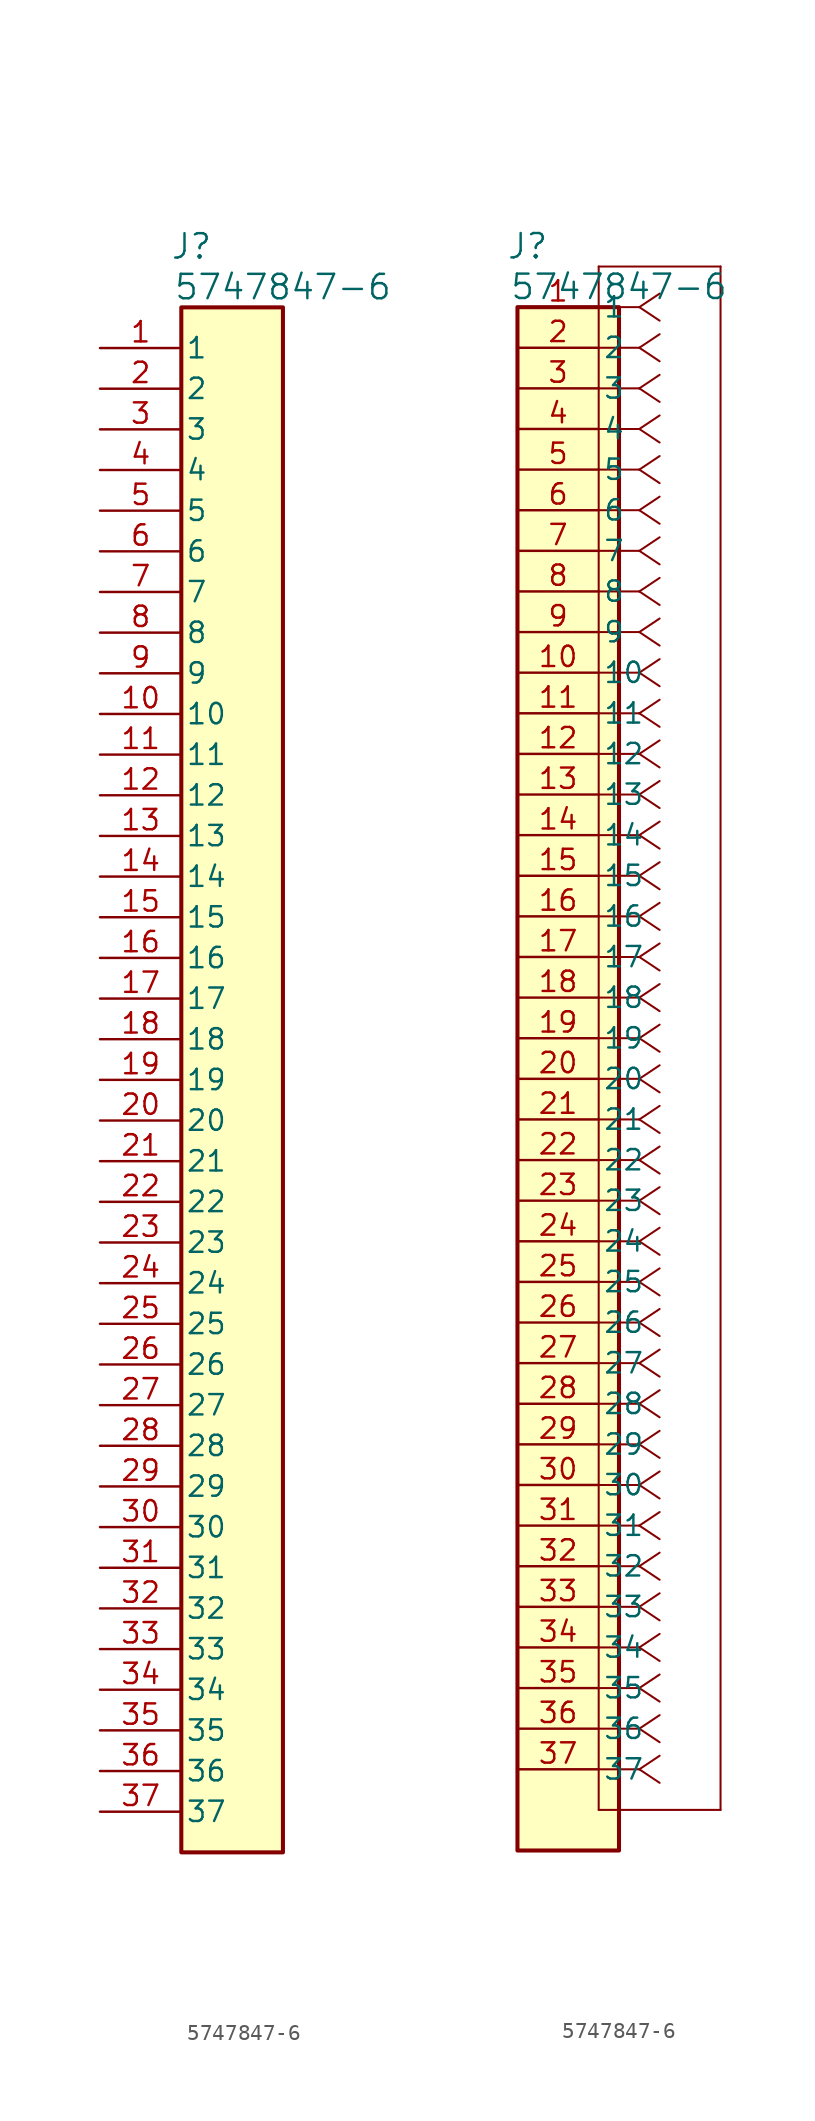
<source format=kicad_sym>
(kicad_symbol_lib
  (version 20241209)
  (generator "kicad_symbol_editor")
  (generator_version "9.0")
  (symbol "5747847-6"
    (pin_names
      (offset 0.254))
    (property "Reference" "J"
      (at 0.635 3.81 0)
      (effects (font (size 1.524 1.524))))
    (property "Value" "5747847-6"
      (at 6.35 1.27 0)
      (effects (font (size 1.524 1.524))))
    (symbol "5747847-6_0_0"
      (rectangle (start 0 0) (end 6.35 -96.52) (stroke (width 0.254) (type default)) (fill (type background))))
    (symbol "5747847-6_1_1"
      (pin passive line (at -5.08 -2.54 0) (length 5.08) (name "1" (effects (font (size 1.27 1.27)))) (number "1" (effects (font (size 1.27 1.27)))))
      (pin passive line (at -5.08 -5.08 0) (length 5.08) (name "2" (effects (font (size 1.27 1.27)))) (number "2" (effects (font (size 1.27 1.27)))))
      (pin passive line (at -5.08 -7.62 0) (length 5.08) (name "3" (effects (font (size 1.27 1.27)))) (number "3" (effects (font (size 1.27 1.27)))))
      (pin passive line (at -5.08 -10.16 0) (length 5.08) (name "4" (effects (font (size 1.27 1.27)))) (number "4" (effects (font (size 1.27 1.27)))))
      (pin passive line (at -5.08 -12.7 0) (length 5.08) (name "5" (effects (font (size 1.27 1.27)))) (number "5" (effects (font (size 1.27 1.27)))))
      (pin passive line (at -5.08 -15.24 0) (length 5.08) (name "6" (effects (font (size 1.27 1.27)))) (number "6" (effects (font (size 1.27 1.27)))))
      (pin passive line (at -5.08 -17.78 0) (length 5.08) (name "7" (effects (font (size 1.27 1.27)))) (number "7" (effects (font (size 1.27 1.27)))))
      (pin passive line (at -5.08 -20.32 0) (length 5.08) (name "8" (effects (font (size 1.27 1.27)))) (number "8" (effects (font (size 1.27 1.27)))))
      (pin passive line (at -5.08 -22.86 0) (length 5.08) (name "9" (effects (font (size 1.27 1.27)))) (number "9" (effects (font (size 1.27 1.27)))))
      (pin passive line (at -5.08 -25.4 0) (length 5.08) (name "10" (effects (font (size 1.27 1.27)))) (number "10" (effects (font (size 1.27 1.27)))))
      (pin passive line (at -5.08 -27.94 0) (length 5.08) (name "11" (effects (font (size 1.27 1.27)))) (number "11" (effects (font (size 1.27 1.27)))))
      (pin passive line (at -5.08 -30.48 0) (length 5.08) (name "12" (effects (font (size 1.27 1.27)))) (number "12" (effects (font (size 1.27 1.27)))))
      (pin passive line (at -5.08 -33.02 0) (length 5.08) (name "13" (effects (font (size 1.27 1.27)))) (number "13" (effects (font (size 1.27 1.27)))))
      (pin passive line (at -5.08 -35.56 0) (length 5.08) (name "14" (effects (font (size 1.27 1.27)))) (number "14" (effects (font (size 1.27 1.27)))))
      (pin passive line (at -5.08 -38.1 0) (length 5.08) (name "15" (effects (font (size 1.27 1.27)))) (number "15" (effects (font (size 1.27 1.27)))))
      (pin passive line (at -5.08 -40.64 0) (length 5.08) (name "16" (effects (font (size 1.27 1.27)))) (number "16" (effects (font (size 1.27 1.27)))))
      (pin passive line (at -5.08 -43.18 0) (length 5.08) (name "17" (effects (font (size 1.27 1.27)))) (number "17" (effects (font (size 1.27 1.27)))))
      (pin passive line (at -5.08 -45.72 0) (length 5.08) (name "18" (effects (font (size 1.27 1.27)))) (number "18" (effects (font (size 1.27 1.27)))))
      (pin passive line (at -5.08 -48.26 0) (length 5.08) (name "19" (effects (font (size 1.27 1.27)))) (number "19" (effects (font (size 1.27 1.27)))))
      (pin passive line (at -5.08 -50.8 0) (length 5.08) (name "20" (effects (font (size 1.27 1.27)))) (number "20" (effects (font (size 1.27 1.27)))))
      (pin passive line (at -5.08 -53.34 0) (length 5.08) (name "21" (effects (font (size 1.27 1.27)))) (number "21" (effects (font (size 1.27 1.27)))))
      (pin passive line (at -5.08 -55.88 0) (length 5.08) (name "22" (effects (font (size 1.27 1.27)))) (number "22" (effects (font (size 1.27 1.27)))))
      (pin passive line (at -5.08 -58.42 0) (length 5.08) (name "23" (effects (font (size 1.27 1.27)))) (number "23" (effects (font (size 1.27 1.27)))))
      (pin passive line (at -5.08 -60.96 0) (length 5.08) (name "24" (effects (font (size 1.27 1.27)))) (number "24" (effects (font (size 1.27 1.27)))))
      (pin passive line (at -5.08 -63.5 0) (length 5.08) (name "25" (effects (font (size 1.27 1.27)))) (number "25" (effects (font (size 1.27 1.27)))))
      (pin passive line (at -5.08 -66.04 0) (length 5.08) (name "26" (effects (font (size 1.27 1.27)))) (number "26" (effects (font (size 1.27 1.27)))))
      (pin passive line (at -5.08 -68.58 0) (length 5.08) (name "27" (effects (font (size 1.27 1.27)))) (number "27" (effects (font (size 1.27 1.27)))))
      (pin passive line (at -5.08 -71.12 0) (length 5.08) (name "28" (effects (font (size 1.27 1.27)))) (number "28" (effects (font (size 1.27 1.27)))))
      (pin passive line (at -5.08 -73.66 0) (length 5.08) (name "29" (effects (font (size 1.27 1.27)))) (number "29" (effects (font (size 1.27 1.27)))))
      (pin passive line (at -5.08 -76.2 0) (length 5.08) (name "30" (effects (font (size 1.27 1.27)))) (number "30" (effects (font (size 1.27 1.27)))))
      (pin passive line (at -5.08 -78.74 0) (length 5.08) (name "31" (effects (font (size 1.27 1.27)))) (number "31" (effects (font (size 1.27 1.27)))))
      (pin passive line (at -5.08 -81.28 0) (length 5.08) (name "32" (effects (font (size 1.27 1.27)))) (number "32" (effects (font (size 1.27 1.27)))))
      (pin passive line (at -5.08 -83.82 0) (length 5.08) (name "33" (effects (font (size 1.27 1.27)))) (number "33" (effects (font (size 1.27 1.27)))))
      (pin passive line (at -5.08 -86.36 0) (length 5.08) (name "34" (effects (font (size 1.27 1.27)))) (number "34" (effects (font (size 1.27 1.27)))))
      (pin passive line (at -5.08 -88.9 0) (length 5.08) (name "35" (effects (font (size 1.27 1.27)))) (number "35" (effects (font (size 1.27 1.27)))))
      (pin passive line (at -5.08 -91.44 0) (length 5.08) (name "36" (effects (font (size 1.27 1.27)))) (number "36" (effects (font (size 1.27 1.27)))))
      (pin passive line (at -5.08 -93.98 0) (length 5.08) (name "37" (effects (font (size 1.27 1.27)))) (number "37" (effects (font (size 1.27 1.27))))))
    (symbol "5747847-6_1_2"
      (polyline (pts (xy 5.08 2.54) (xy 5.08 -93.98)) (stroke (width 0.127) (type default)) (fill (type none)))
      (polyline (pts (xy 5.08 -93.98) (xy 12.7 -93.98)) (stroke (width 0.127) (type default)) (fill (type none)))
      (polyline (pts (xy 7.62 0) (xy 5.08 0)) (stroke (width 0.127) (type default)) (fill (type none)))
      (polyline (pts (xy 7.62 0) (xy 8.89 0.847)) (stroke (width 0.127) (type default)) (fill (type none)))
      (polyline (pts (xy 7.62 0) (xy 8.89 -0.847)) (stroke (width 0.127) (type default)) (fill (type none)))
      (polyline (pts (xy 7.62 -2.54) (xy 5.08 -2.54)) (stroke (width 0.127) (type default)) (fill (type none)))
      (polyline (pts (xy 7.62 -2.54) (xy 8.89 -1.693)) (stroke (width 0.127) (type default)) (fill (type none)))
      (polyline (pts (xy 7.62 -2.54) (xy 8.89 -3.387)) (stroke (width 0.127) (type default)) (fill (type none)))
      (polyline (pts (xy 7.62 -5.08) (xy 5.08 -5.08)) (stroke (width 0.127) (type default)) (fill (type none)))
      (polyline (pts (xy 7.62 -5.08) (xy 8.89 -4.233)) (stroke (width 0.127) (type default)) (fill (type none)))
      (polyline (pts (xy 7.62 -5.08) (xy 8.89 -5.927)) (stroke (width 0.127) (type default)) (fill (type none)))
      (polyline (pts (xy 7.62 -7.62) (xy 5.08 -7.62)) (stroke (width 0.127) (type default)) (fill (type none)))
      (polyline (pts (xy 7.62 -7.62) (xy 8.89 -6.773)) (stroke (width 0.127) (type default)) (fill (type none)))
      (polyline (pts (xy 7.62 -7.62) (xy 8.89 -8.467)) (stroke (width 0.127) (type default)) (fill (type none)))
      (polyline (pts (xy 7.62 -10.16) (xy 5.08 -10.16)) (stroke (width 0.127) (type default)) (fill (type none)))
      (polyline (pts (xy 7.62 -10.16) (xy 8.89 -9.313)) (stroke (width 0.127) (type default)) (fill (type none)))
      (polyline (pts (xy 7.62 -10.16) (xy 8.89 -11.007)) (stroke (width 0.127) (type default)) (fill (type none)))
      (polyline (pts (xy 7.62 -12.7) (xy 5.08 -12.7)) (stroke (width 0.127) (type default)) (fill (type none)))
      (polyline (pts (xy 7.62 -12.7) (xy 8.89 -11.853)) (stroke (width 0.127) (type default)) (fill (type none)))
      (polyline (pts (xy 7.62 -12.7) (xy 8.89 -13.547)) (stroke (width 0.127) (type default)) (fill (type none)))
      (polyline (pts (xy 7.62 -15.24) (xy 5.08 -15.24)) (stroke (width 0.127) (type default)) (fill (type none)))
      (polyline (pts (xy 7.62 -15.24) (xy 8.89 -14.393)) (stroke (width 0.127) (type default)) (fill (type none)))
      (polyline (pts (xy 7.62 -15.24) (xy 8.89 -16.087)) (stroke (width 0.127) (type default)) (fill (type none)))
      (polyline (pts (xy 7.62 -17.78) (xy 5.08 -17.78)) (stroke (width 0.127) (type default)) (fill (type none)))
      (polyline (pts (xy 7.62 -17.78) (xy 8.89 -16.933)) (stroke (width 0.127) (type default)) (fill (type none)))
      (polyline (pts (xy 7.62 -17.78) (xy 8.89 -18.627)) (stroke (width 0.127) (type default)) (fill (type none)))
      (polyline (pts (xy 7.62 -20.32) (xy 5.08 -20.32)) (stroke (width 0.127) (type default)) (fill (type none)))
      (polyline (pts (xy 7.62 -20.32) (xy 8.89 -19.473)) (stroke (width 0.127) (type default)) (fill (type none)))
      (polyline (pts (xy 7.62 -20.32) (xy 8.89 -21.167)) (stroke (width 0.127) (type default)) (fill (type none)))
      (polyline (pts (xy 7.62 -22.86) (xy 5.08 -22.86)) (stroke (width 0.127) (type default)) (fill (type none)))
      (polyline (pts (xy 7.62 -22.86) (xy 8.89 -22.013)) (stroke (width 0.127) (type default)) (fill (type none)))
      (polyline (pts (xy 7.62 -22.86) (xy 8.89 -23.707)) (stroke (width 0.127) (type default)) (fill (type none)))
      (polyline (pts (xy 7.62 -25.4) (xy 5.08 -25.4)) (stroke (width 0.127) (type default)) (fill (type none)))
      (polyline (pts (xy 7.62 -25.4) (xy 8.89 -24.553)) (stroke (width 0.127) (type default)) (fill (type none)))
      (polyline (pts (xy 7.62 -25.4) (xy 8.89 -26.247)) (stroke (width 0.127) (type default)) (fill (type none)))
      (polyline (pts (xy 7.62 -27.94) (xy 5.08 -27.94)) (stroke (width 0.127) (type default)) (fill (type none)))
      (polyline (pts (xy 7.62 -27.94) (xy 8.89 -27.093)) (stroke (width 0.127) (type default)) (fill (type none)))
      (polyline (pts (xy 7.62 -27.94) (xy 8.89 -28.787)) (stroke (width 0.127) (type default)) (fill (type none)))
      (polyline (pts (xy 7.62 -30.48) (xy 5.08 -30.48)) (stroke (width 0.127) (type default)) (fill (type none)))
      (polyline (pts (xy 7.62 -30.48) (xy 8.89 -29.633)) (stroke (width 0.127) (type default)) (fill (type none)))
      (polyline (pts (xy 7.62 -30.48) (xy 8.89 -31.327)) (stroke (width 0.127) (type default)) (fill (type none)))
      (polyline (pts (xy 7.62 -33.02) (xy 5.08 -33.02)) (stroke (width 0.127) (type default)) (fill (type none)))
      (polyline (pts (xy 7.62 -33.02) (xy 8.89 -32.173)) (stroke (width 0.127) (type default)) (fill (type none)))
      (polyline (pts (xy 7.62 -33.02) (xy 8.89 -33.867)) (stroke (width 0.127) (type default)) (fill (type none)))
      (polyline (pts (xy 7.62 -35.56) (xy 5.08 -35.56)) (stroke (width 0.127) (type default)) (fill (type none)))
      (polyline (pts (xy 7.62 -35.56) (xy 8.89 -34.713)) (stroke (width 0.127) (type default)) (fill (type none)))
      (polyline (pts (xy 7.62 -35.56) (xy 8.89 -36.407)) (stroke (width 0.127) (type default)) (fill (type none)))
      (polyline (pts (xy 7.62 -38.1) (xy 5.08 -38.1)) (stroke (width 0.127) (type default)) (fill (type none)))
      (polyline (pts (xy 7.62 -38.1) (xy 8.89 -37.253)) (stroke (width 0.127) (type default)) (fill (type none)))
      (polyline (pts (xy 7.62 -38.1) (xy 8.89 -38.947)) (stroke (width 0.127) (type default)) (fill (type none)))
      (polyline (pts (xy 7.62 -40.64) (xy 5.08 -40.64)) (stroke (width 0.127) (type default)) (fill (type none)))
      (polyline (pts (xy 7.62 -40.64) (xy 8.89 -39.793)) (stroke (width 0.127) (type default)) (fill (type none)))
      (polyline (pts (xy 7.62 -40.64) (xy 8.89 -41.487)) (stroke (width 0.127) (type default)) (fill (type none)))
      (polyline (pts (xy 7.62 -43.18) (xy 5.08 -43.18)) (stroke (width 0.127) (type default)) (fill (type none)))
      (polyline (pts (xy 7.62 -43.18) (xy 8.89 -42.333)) (stroke (width 0.127) (type default)) (fill (type none)))
      (polyline (pts (xy 7.62 -43.18) (xy 8.89 -44.027)) (stroke (width 0.127) (type default)) (fill (type none)))
      (polyline (pts (xy 7.62 -45.72) (xy 5.08 -45.72)) (stroke (width 0.127) (type default)) (fill (type none)))
      (polyline (pts (xy 7.62 -45.72) (xy 8.89 -44.873)) (stroke (width 0.127) (type default)) (fill (type none)))
      (polyline (pts (xy 7.62 -45.72) (xy 8.89 -46.567)) (stroke (width 0.127) (type default)) (fill (type none)))
      (polyline (pts (xy 7.62 -48.26) (xy 5.08 -48.26)) (stroke (width 0.127) (type default)) (fill (type none)))
      (polyline (pts (xy 7.62 -48.26) (xy 8.89 -47.413)) (stroke (width 0.127) (type default)) (fill (type none)))
      (polyline (pts (xy 7.62 -48.26) (xy 8.89 -49.107)) (stroke (width 0.127) (type default)) (fill (type none)))
      (polyline (pts (xy 7.62 -50.8) (xy 5.08 -50.8)) (stroke (width 0.127) (type default)) (fill (type none)))
      (polyline (pts (xy 7.62 -50.8) (xy 8.89 -49.953)) (stroke (width 0.127) (type default)) (fill (type none)))
      (polyline (pts (xy 7.62 -50.8) (xy 8.89 -51.647)) (stroke (width 0.127) (type default)) (fill (type none)))
      (polyline (pts (xy 7.62 -53.34) (xy 5.08 -53.34)) (stroke (width 0.127) (type default)) (fill (type none)))
      (polyline (pts (xy 7.62 -53.34) (xy 8.89 -52.493)) (stroke (width 0.127) (type default)) (fill (type none)))
      (polyline (pts (xy 7.62 -53.34) (xy 8.89 -54.187)) (stroke (width 0.127) (type default)) (fill (type none)))
      (polyline (pts (xy 7.62 -55.88) (xy 5.08 -55.88)) (stroke (width 0.127) (type default)) (fill (type none)))
      (polyline (pts (xy 7.62 -55.88) (xy 8.89 -55.033)) (stroke (width 0.127) (type default)) (fill (type none)))
      (polyline (pts (xy 7.62 -55.88) (xy 8.89 -56.727)) (stroke (width 0.127) (type default)) (fill (type none)))
      (polyline (pts (xy 7.62 -58.42) (xy 5.08 -58.42)) (stroke (width 0.127) (type default)) (fill (type none)))
      (polyline (pts (xy 7.62 -58.42) (xy 8.89 -57.573)) (stroke (width 0.127) (type default)) (fill (type none)))
      (polyline (pts (xy 7.62 -58.42) (xy 8.89 -59.267)) (stroke (width 0.127) (type default)) (fill (type none)))
      (polyline (pts (xy 7.62 -60.96) (xy 5.08 -60.96)) (stroke (width 0.127) (type default)) (fill (type none)))
      (polyline (pts (xy 7.62 -60.96) (xy 8.89 -60.113)) (stroke (width 0.127) (type default)) (fill (type none)))
      (polyline (pts (xy 7.62 -60.96) (xy 8.89 -61.807)) (stroke (width 0.127) (type default)) (fill (type none)))
      (polyline (pts (xy 7.62 -63.5) (xy 5.08 -63.5)) (stroke (width 0.127) (type default)) (fill (type none)))
      (polyline (pts (xy 7.62 -63.5) (xy 8.89 -62.653)) (stroke (width 0.127) (type default)) (fill (type none)))
      (polyline (pts (xy 7.62 -63.5) (xy 8.89 -64.347)) (stroke (width 0.127) (type default)) (fill (type none)))
      (polyline (pts (xy 7.62 -66.04) (xy 5.08 -66.04)) (stroke (width 0.127) (type default)) (fill (type none)))
      (polyline (pts (xy 7.62 -66.04) (xy 8.89 -65.193)) (stroke (width 0.127) (type default)) (fill (type none)))
      (polyline (pts (xy 7.62 -66.04) (xy 8.89 -66.887)) (stroke (width 0.127) (type default)) (fill (type none)))
      (polyline (pts (xy 7.62 -68.58) (xy 5.08 -68.58)) (stroke (width 0.127) (type default)) (fill (type none)))
      (polyline (pts (xy 7.62 -68.58) (xy 8.89 -67.733)) (stroke (width 0.127) (type default)) (fill (type none)))
      (polyline (pts (xy 7.62 -68.58) (xy 8.89 -69.427)) (stroke (width 0.127) (type default)) (fill (type none)))
      (polyline (pts (xy 7.62 -71.12) (xy 5.08 -71.12)) (stroke (width 0.127) (type default)) (fill (type none)))
      (polyline (pts (xy 7.62 -71.12) (xy 8.89 -70.273)) (stroke (width 0.127) (type default)) (fill (type none)))
      (polyline (pts (xy 7.62 -71.12) (xy 8.89 -71.967)) (stroke (width 0.127) (type default)) (fill (type none)))
      (polyline (pts (xy 7.62 -73.66) (xy 5.08 -73.66)) (stroke (width 0.127) (type default)) (fill (type none)))
      (polyline (pts (xy 7.62 -73.66) (xy 8.89 -72.813)) (stroke (width 0.127) (type default)) (fill (type none)))
      (polyline (pts (xy 7.62 -73.66) (xy 8.89 -74.507)) (stroke (width 0.127) (type default)) (fill (type none)))
      (polyline (pts (xy 7.62 -76.2) (xy 5.08 -76.2)) (stroke (width 0.127) (type default)) (fill (type none)))
      (polyline (pts (xy 7.62 -76.2) (xy 8.89 -75.353)) (stroke (width 0.127) (type default)) (fill (type none)))
      (polyline (pts (xy 7.62 -76.2) (xy 8.89 -77.047)) (stroke (width 0.127) (type default)) (fill (type none)))
      (polyline (pts (xy 7.62 -78.74) (xy 5.08 -78.74)) (stroke (width 0.127) (type default)) (fill (type none)))
      (polyline (pts (xy 7.62 -78.74) (xy 8.89 -77.893)) (stroke (width 0.127) (type default)) (fill (type none)))
      (polyline (pts (xy 7.62 -78.74) (xy 8.89 -79.587)) (stroke (width 0.127) (type default)) (fill (type none)))
      (polyline (pts (xy 7.62 -81.28) (xy 5.08 -81.28)) (stroke (width 0.127) (type default)) (fill (type none)))
      (polyline (pts (xy 7.62 -81.28) (xy 8.89 -80.433)) (stroke (width 0.127) (type default)) (fill (type none)))
      (polyline (pts (xy 7.62 -81.28) (xy 8.89 -82.127)) (stroke (width 0.127) (type default)) (fill (type none)))
      (polyline (pts (xy 7.62 -83.82) (xy 5.08 -83.82)) (stroke (width 0.127) (type default)) (fill (type none)))
      (polyline (pts (xy 7.62 -83.82) (xy 8.89 -82.973)) (stroke (width 0.127) (type default)) (fill (type none)))
      (polyline (pts (xy 7.62 -83.82) (xy 8.89 -84.667)) (stroke (width 0.127) (type default)) (fill (type none)))
      (polyline (pts (xy 7.62 -86.36) (xy 5.08 -86.36)) (stroke (width 0.127) (type default)) (fill (type none)))
      (polyline (pts (xy 7.62 -86.36) (xy 8.89 -85.513)) (stroke (width 0.127) (type default)) (fill (type none)))
      (polyline (pts (xy 7.62 -86.36) (xy 8.89 -87.207)) (stroke (width 0.127) (type default)) (fill (type none)))
      (polyline (pts (xy 7.62 -88.9) (xy 5.08 -88.9)) (stroke (width 0.127) (type default)) (fill (type none)))
      (polyline (pts (xy 7.62 -88.9) (xy 8.89 -88.053)) (stroke (width 0.127) (type default)) (fill (type none)))
      (polyline (pts (xy 7.62 -88.9) (xy 8.89 -89.747)) (stroke (width 0.127) (type default)) (fill (type none)))
      (polyline (pts (xy 7.62 -91.44) (xy 5.08 -91.44)) (stroke (width 0.127) (type default)) (fill (type none)))
      (polyline (pts (xy 7.62 -91.44) (xy 8.89 -90.593)) (stroke (width 0.127) (type default)) (fill (type none)))
      (polyline (pts (xy 7.62 -91.44) (xy 8.89 -92.287)) (stroke (width 0.127) (type default)) (fill (type none)))
      (polyline (pts (xy 12.7 2.54) (xy 5.08 2.54)) (stroke (width 0.127) (type default)) (fill (type none)))
      (polyline (pts (xy 12.7 -93.98) (xy 12.7 2.54)) (stroke (width 0.127) (type default)) (fill (type none)))
      (pin unspecified line (at 0 0 0) (length 5.08) (name "1" (effects (font (size 1.27 1.27)))) (number "1" (effects (font (size 1.27 1.27)))))
      (pin unspecified line (at 0 -2.54 0) (length 5.08) (name "2" (effects (font (size 1.27 1.27)))) (number "2" (effects (font (size 1.27 1.27)))))
      (pin unspecified line (at 0 -5.08 0) (length 5.08) (name "3" (effects (font (size 1.27 1.27)))) (number "3" (effects (font (size 1.27 1.27)))))
      (pin unspecified line (at 0 -7.62 0) (length 5.08) (name "4" (effects (font (size 1.27 1.27)))) (number "4" (effects (font (size 1.27 1.27)))))
      (pin unspecified line (at 0 -10.16 0) (length 5.08) (name "5" (effects (font (size 1.27 1.27)))) (number "5" (effects (font (size 1.27 1.27)))))
      (pin unspecified line (at 0 -12.7 0) (length 5.08) (name "6" (effects (font (size 1.27 1.27)))) (number "6" (effects (font (size 1.27 1.27)))))
      (pin unspecified line (at 0 -15.24 0) (length 5.08) (name "7" (effects (font (size 1.27 1.27)))) (number "7" (effects (font (size 1.27 1.27)))))
      (pin unspecified line (at 0 -17.78 0) (length 5.08) (name "8" (effects (font (size 1.27 1.27)))) (number "8" (effects (font (size 1.27 1.27)))))
      (pin unspecified line (at 0 -20.32 0) (length 5.08) (name "9" (effects (font (size 1.27 1.27)))) (number "9" (effects (font (size 1.27 1.27)))))
      (pin unspecified line (at 0 -22.86 0) (length 5.08) (name "10" (effects (font (size 1.27 1.27)))) (number "10" (effects (font (size 1.27 1.27)))))
      (pin unspecified line (at 0 -25.4 0) (length 5.08) (name "11" (effects (font (size 1.27 1.27)))) (number "11" (effects (font (size 1.27 1.27)))))
      (pin unspecified line (at 0 -27.94 0) (length 5.08) (name "12" (effects (font (size 1.27 1.27)))) (number "12" (effects (font (size 1.27 1.27)))))
      (pin unspecified line (at 0 -30.48 0) (length 5.08) (name "13" (effects (font (size 1.27 1.27)))) (number "13" (effects (font (size 1.27 1.27)))))
      (pin unspecified line (at 0 -33.02 0) (length 5.08) (name "14" (effects (font (size 1.27 1.27)))) (number "14" (effects (font (size 1.27 1.27)))))
      (pin unspecified line (at 0 -35.56 0) (length 5.08) (name "15" (effects (font (size 1.27 1.27)))) (number "15" (effects (font (size 1.27 1.27)))))
      (pin unspecified line (at 0 -38.1 0) (length 5.08) (name "16" (effects (font (size 1.27 1.27)))) (number "16" (effects (font (size 1.27 1.27)))))
      (pin unspecified line (at 0 -40.64 0) (length 5.08) (name "17" (effects (font (size 1.27 1.27)))) (number "17" (effects (font (size 1.27 1.27)))))
      (pin unspecified line (at 0 -43.18 0) (length 5.08) (name "18" (effects (font (size 1.27 1.27)))) (number "18" (effects (font (size 1.27 1.27)))))
      (pin unspecified line (at 0 -45.72 0) (length 5.08) (name "19" (effects (font (size 1.27 1.27)))) (number "19" (effects (font (size 1.27 1.27)))))
      (pin unspecified line (at 0 -48.26 0) (length 5.08) (name "20" (effects (font (size 1.27 1.27)))) (number "20" (effects (font (size 1.27 1.27)))))
      (pin unspecified line (at 0 -50.8 0) (length 5.08) (name "21" (effects (font (size 1.27 1.27)))) (number "21" (effects (font (size 1.27 1.27)))))
      (pin unspecified line (at 0 -53.34 0) (length 5.08) (name "22" (effects (font (size 1.27 1.27)))) (number "22" (effects (font (size 1.27 1.27)))))
      (pin unspecified line (at 0 -55.88 0) (length 5.08) (name "23" (effects (font (size 1.27 1.27)))) (number "23" (effects (font (size 1.27 1.27)))))
      (pin unspecified line (at 0 -58.42 0) (length 5.08) (name "24" (effects (font (size 1.27 1.27)))) (number "24" (effects (font (size 1.27 1.27)))))
      (pin unspecified line (at 0 -60.96 0) (length 5.08) (name "25" (effects (font (size 1.27 1.27)))) (number "25" (effects (font (size 1.27 1.27)))))
      (pin unspecified line (at 0 -63.5 0) (length 5.08) (name "26" (effects (font (size 1.27 1.27)))) (number "26" (effects (font (size 1.27 1.27)))))
      (pin unspecified line (at 0 -66.04 0) (length 5.08) (name "27" (effects (font (size 1.27 1.27)))) (number "27" (effects (font (size 1.27 1.27)))))
      (pin unspecified line (at 0 -68.58 0) (length 5.08) (name "28" (effects (font (size 1.27 1.27)))) (number "28" (effects (font (size 1.27 1.27)))))
      (pin unspecified line (at 0 -71.12 0) (length 5.08) (name "29" (effects (font (size 1.27 1.27)))) (number "29" (effects (font (size 1.27 1.27)))))
      (pin unspecified line (at 0 -73.66 0) (length 5.08) (name "30" (effects (font (size 1.27 1.27)))) (number "30" (effects (font (size 1.27 1.27)))))
      (pin unspecified line (at 0 -76.2 0) (length 5.08) (name "31" (effects (font (size 1.27 1.27)))) (number "31" (effects (font (size 1.27 1.27)))))
      (pin unspecified line (at 0 -78.74 0) (length 5.08) (name "32" (effects (font (size 1.27 1.27)))) (number "32" (effects (font (size 1.27 1.27)))))
      (pin unspecified line (at 0 -81.28 0) (length 5.08) (name "33" (effects (font (size 1.27 1.27)))) (number "33" (effects (font (size 1.27 1.27)))))
      (pin unspecified line (at 0 -83.82 0) (length 5.08) (name "34" (effects (font (size 1.27 1.27)))) (number "34" (effects (font (size 1.27 1.27)))))
      (pin unspecified line (at 0 -86.36 0) (length 5.08) (name "35" (effects (font (size 1.27 1.27)))) (number "35" (effects (font (size 1.27 1.27)))))
      (pin unspecified line (at 0 -88.9 0) (length 5.08) (name "36" (effects (font (size 1.27 1.27)))) (number "36" (effects (font (size 1.27 1.27)))))
      (pin unspecified line (at 0 -91.44 0) (length 5.08) (name "37" (effects (font (size 1.27 1.27)))) (number "37" (effects (font (size 1.27 1.27))))))))
</source>
